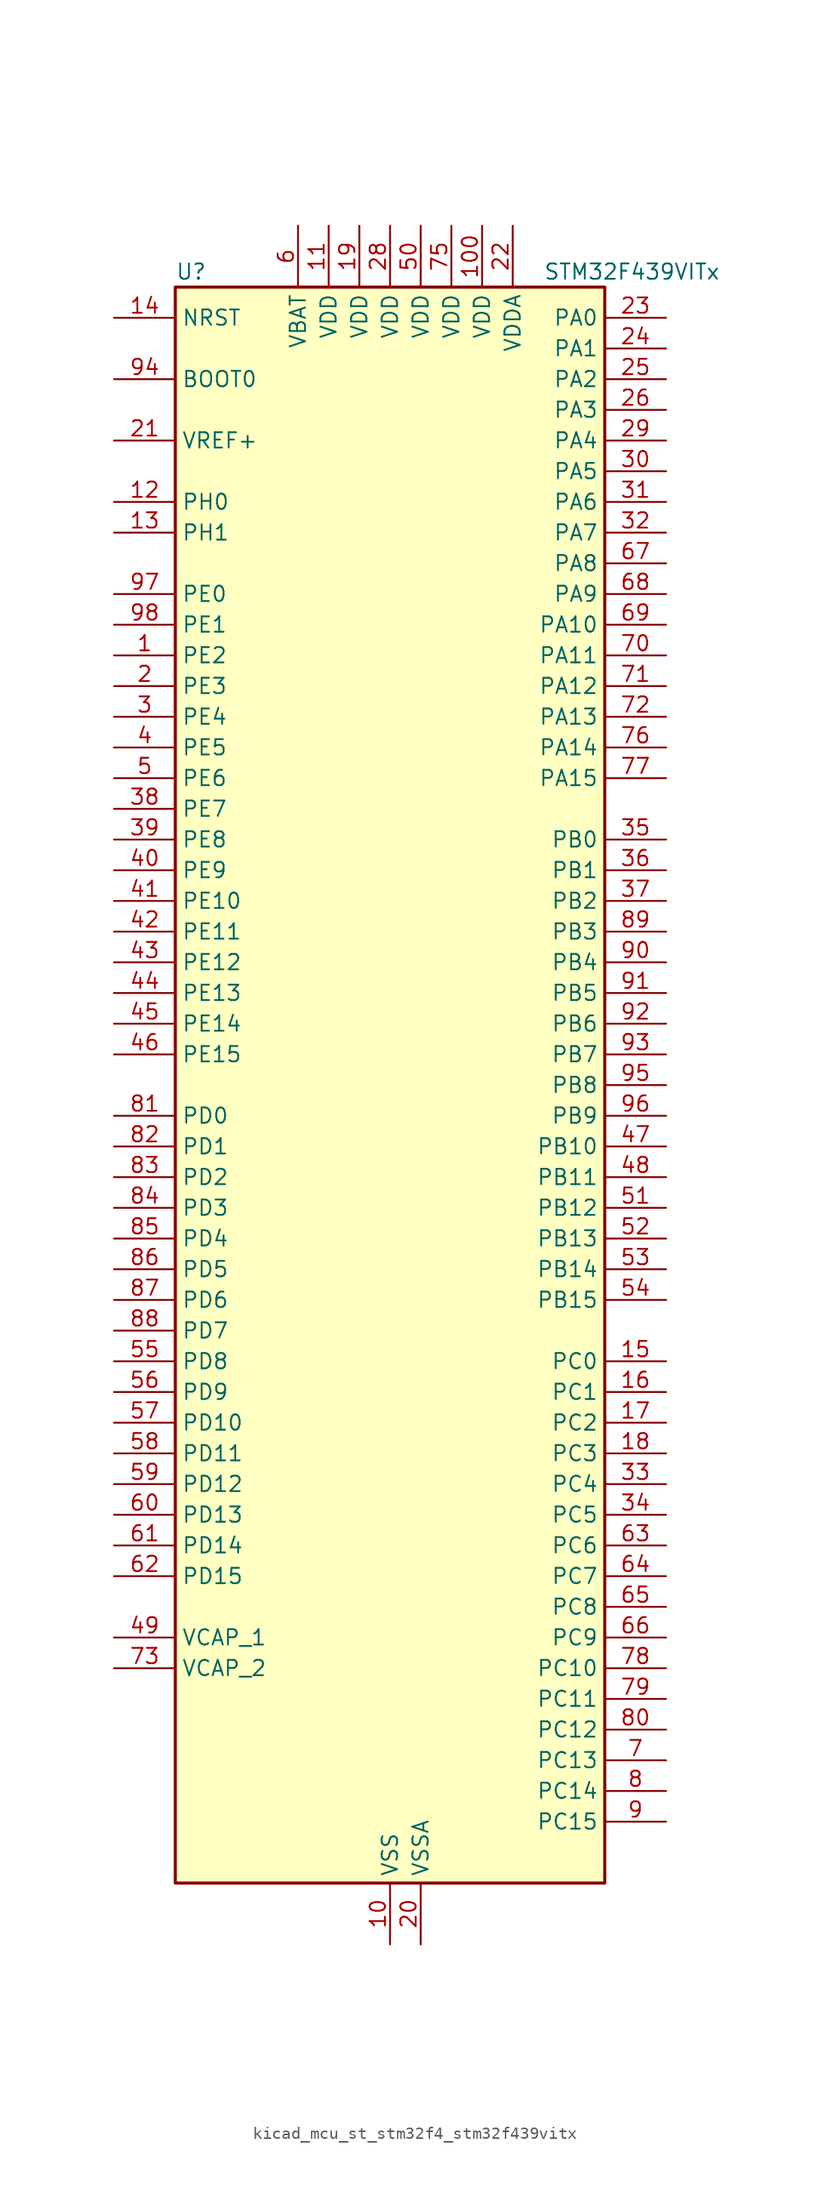
<source format=kicad_sym>
(kicad_symbol_lib
  (version 20220914)
  (generator kicad_symbol_editor)
  (symbol "kicad_mcu_st_stm32f4_stm32f439vitx"
    (property "Reference" "U"
      (at -17.78 67.31 0)
      (effects (font (size 1.27 1.27)) (justify left)))
    (property "Value" "STM32F439VITx"
      (at 12.7 67.31 0)
      (effects (font (size 1.27 1.27)) (justify left)))
    (property "ki_locked" ""
      (at 0 0 0)
      (effects (font (size 1.27 1.27))))
    (symbol "kicad_mcu_st_stm32f4_stm32f439vitx_0_1"
      (rectangle (start -17.78 -66.04) (end 17.78 66.04) (stroke (width 0.254) (type default)) (fill (type background))))
    (symbol "kicad_mcu_st_stm32f4_stm32f439vitx_1_1"
      (pin bidirectional line (at -22.86 35.56 0) (length 5.08) (name "PE2" (effects (font (size 1.27 1.27)))) (number "1" (effects (font (size 1.27 1.27)))) (alternate "ETH_TXD3" bidirectional line) (alternate "FMC_A23" bidirectional line) (alternate "SAI1_MCLK_A" bidirectional line) (alternate "SPI4_SCK" bidirectional line) (alternate "SYS_TRACECLK" bidirectional line))
      (pin power_in line (at 0 -71.12 90) (length 5.08) (name "VSS" (effects (font (size 1.27 1.27)))) (number "10" (effects (font (size 1.27 1.27)))))
      (pin power_in line (at 7.62 71.12 270) (length 5.08) (name "VDD" (effects (font (size 1.27 1.27)))) (number "100" (effects (font (size 1.27 1.27)))))
      (pin power_in line (at -5.08 71.12 270) (length 5.08) (name "VDD" (effects (font (size 1.27 1.27)))) (number "11" (effects (font (size 1.27 1.27)))))
      (pin bidirectional line (at -22.86 48.26 0) (length 5.08) (name "PH0" (effects (font (size 1.27 1.27)))) (number "12" (effects (font (size 1.27 1.27)))) (alternate "RCC_OSC_IN" bidirectional line))
      (pin bidirectional line (at -22.86 45.72 0) (length 5.08) (name "PH1" (effects (font (size 1.27 1.27)))) (number "13" (effects (font (size 1.27 1.27)))) (alternate "RCC_OSC_OUT" bidirectional line))
      (pin input line (at -22.86 63.5 0) (length 5.08) (name "NRST" (effects (font (size 1.27 1.27)))) (number "14" (effects (font (size 1.27 1.27)))))
      (pin bidirectional line (at 22.86 -22.86 180) (length 5.08) (name "PC0" (effects (font (size 1.27 1.27)))) (number "15" (effects (font (size 1.27 1.27)))) (alternate "ADC1_IN10" bidirectional line) (alternate "ADC2_IN10" bidirectional line) (alternate "ADC3_IN10" bidirectional line) (alternate "USB_OTG_HS_ULPI_STP" bidirectional line))
      (pin bidirectional line (at 22.86 -25.4 180) (length 5.08) (name "PC1" (effects (font (size 1.27 1.27)))) (number "16" (effects (font (size 1.27 1.27)))) (alternate "ADC1_IN11" bidirectional line) (alternate "ADC2_IN11" bidirectional line) (alternate "ADC3_IN11" bidirectional line) (alternate "ETH_MDC" bidirectional line))
      (pin bidirectional line (at 22.86 -27.94 180) (length 5.08) (name "PC2" (effects (font (size 1.27 1.27)))) (number "17" (effects (font (size 1.27 1.27)))) (alternate "ADC1_IN12" bidirectional line) (alternate "ADC2_IN12" bidirectional line) (alternate "ADC3_IN12" bidirectional line) (alternate "ETH_TXD2" bidirectional line) (alternate "I2S2_ext_SD" bidirectional line) (alternate "SPI2_MISO" bidirectional line) (alternate "USB_OTG_HS_ULPI_DIR" bidirectional line))
      (pin bidirectional line (at 22.86 -30.48 180) (length 5.08) (name "PC3" (effects (font (size 1.27 1.27)))) (number "18" (effects (font (size 1.27 1.27)))) (alternate "ADC1_IN13" bidirectional line) (alternate "ADC2_IN13" bidirectional line) (alternate "ADC3_IN13" bidirectional line) (alternate "ETH_TX_CLK" bidirectional line) (alternate "I2S2_SD" bidirectional line) (alternate "SPI2_MOSI" bidirectional line) (alternate "USB_OTG_HS_ULPI_NXT" bidirectional line))
      (pin power_in line (at -2.54 71.12 270) (length 5.08) (name "VDD" (effects (font (size 1.27 1.27)))) (number "19" (effects (font (size 1.27 1.27)))))
      (pin bidirectional line (at -22.86 33.02 0) (length 5.08) (name "PE3" (effects (font (size 1.27 1.27)))) (number "2" (effects (font (size 1.27 1.27)))) (alternate "FMC_A19" bidirectional line) (alternate "SAI1_SD_B" bidirectional line) (alternate "SYS_TRACED0" bidirectional line))
      (pin power_in line (at 2.54 -71.12 90) (length 5.08) (name "VSSA" (effects (font (size 1.27 1.27)))) (number "20" (effects (font (size 1.27 1.27)))))
      (pin input line (at -22.86 53.34 0) (length 5.08) (name "VREF+" (effects (font (size 1.27 1.27)))) (number "21" (effects (font (size 1.27 1.27)))))
      (pin power_in line (at 10.16 71.12 270) (length 5.08) (name "VDDA" (effects (font (size 1.27 1.27)))) (number "22" (effects (font (size 1.27 1.27)))))
      (pin bidirectional line (at 22.86 63.5 180) (length 5.08) (name "PA0" (effects (font (size 1.27 1.27)))) (number "23" (effects (font (size 1.27 1.27)))) (alternate "ADC1_IN0" bidirectional line) (alternate "ADC2_IN0" bidirectional line) (alternate "ADC3_IN0" bidirectional line) (alternate "ETH_CRS" bidirectional line) (alternate "SYS_WKUP" bidirectional line) (alternate "TIM2_CH1" bidirectional line) (alternate "TIM2_ETR" bidirectional line) (alternate "TIM5_CH1" bidirectional line) (alternate "TIM8_ETR" bidirectional line) (alternate "UART4_TX" bidirectional line) (alternate "USART2_CTS" bidirectional line))
      (pin bidirectional line (at 22.86 60.96 180) (length 5.08) (name "PA1" (effects (font (size 1.27 1.27)))) (number "24" (effects (font (size 1.27 1.27)))) (alternate "ADC1_IN1" bidirectional line) (alternate "ADC2_IN1" bidirectional line) (alternate "ADC3_IN1" bidirectional line) (alternate "ETH_REF_CLK" bidirectional line) (alternate "ETH_RX_CLK" bidirectional line) (alternate "TIM2_CH2" bidirectional line) (alternate "TIM5_CH2" bidirectional line) (alternate "UART4_RX" bidirectional line) (alternate "USART2_RTS" bidirectional line))
      (pin bidirectional line (at 22.86 58.42 180) (length 5.08) (name "PA2" (effects (font (size 1.27 1.27)))) (number "25" (effects (font (size 1.27 1.27)))) (alternate "ADC1_IN2" bidirectional line) (alternate "ADC2_IN2" bidirectional line) (alternate "ADC3_IN2" bidirectional line) (alternate "ETH_MDIO" bidirectional line) (alternate "TIM2_CH3" bidirectional line) (alternate "TIM5_CH3" bidirectional line) (alternate "TIM9_CH1" bidirectional line) (alternate "USART2_TX" bidirectional line))
      (pin bidirectional line (at 22.86 55.88 180) (length 5.08) (name "PA3" (effects (font (size 1.27 1.27)))) (number "26" (effects (font (size 1.27 1.27)))) (alternate "ADC1_IN3" bidirectional line) (alternate "ADC2_IN3" bidirectional line) (alternate "ADC3_IN3" bidirectional line) (alternate "ETH_COL" bidirectional line) (alternate "LTDC_B5" bidirectional line) (alternate "TIM2_CH4" bidirectional line) (alternate "TIM5_CH4" bidirectional line) (alternate "TIM9_CH2" bidirectional line) (alternate "USART2_RX" bidirectional line) (alternate "USB_OTG_HS_ULPI_D0" bidirectional line))
      (pin passive line (at 0 -71.12 90) (length 5.08) hide (name "VSS" (effects (font (size 1.27 1.27)))) (number "27" (effects (font (size 1.27 1.27)))))
      (pin power_in line (at 0 71.12 270) (length 5.08) (name "VDD" (effects (font (size 1.27 1.27)))) (number "28" (effects (font (size 1.27 1.27)))))
      (pin bidirectional line (at 22.86 53.34 180) (length 5.08) (name "PA4" (effects (font (size 1.27 1.27)))) (number "29" (effects (font (size 1.27 1.27)))) (alternate "ADC1_IN4" bidirectional line) (alternate "ADC2_IN4" bidirectional line) (alternate "DAC_OUT1" bidirectional line) (alternate "DCMI_HSYNC" bidirectional line) (alternate "I2S3_WS" bidirectional line) (alternate "LTDC_VSYNC" bidirectional line) (alternate "SPI1_NSS" bidirectional line) (alternate "SPI3_NSS" bidirectional line) (alternate "USART2_CK" bidirectional line) (alternate "USB_OTG_HS_SOF" bidirectional line))
      (pin bidirectional line (at -22.86 30.48 0) (length 5.08) (name "PE4" (effects (font (size 1.27 1.27)))) (number "3" (effects (font (size 1.27 1.27)))) (alternate "DCMI_D4" bidirectional line) (alternate "FMC_A20" bidirectional line) (alternate "LTDC_B0" bidirectional line) (alternate "SAI1_FS_A" bidirectional line) (alternate "SPI4_NSS" bidirectional line) (alternate "SYS_TRACED1" bidirectional line))
      (pin bidirectional line (at 22.86 50.8 180) (length 5.08) (name "PA5" (effects (font (size 1.27 1.27)))) (number "30" (effects (font (size 1.27 1.27)))) (alternate "ADC1_IN5" bidirectional line) (alternate "ADC2_IN5" bidirectional line) (alternate "DAC_OUT2" bidirectional line) (alternate "SPI1_SCK" bidirectional line) (alternate "TIM2_CH1" bidirectional line) (alternate "TIM2_ETR" bidirectional line) (alternate "TIM8_CH1N" bidirectional line) (alternate "USB_OTG_HS_ULPI_CK" bidirectional line))
      (pin bidirectional line (at 22.86 48.26 180) (length 5.08) (name "PA6" (effects (font (size 1.27 1.27)))) (number "31" (effects (font (size 1.27 1.27)))) (alternate "ADC1_IN6" bidirectional line) (alternate "ADC2_IN6" bidirectional line) (alternate "DCMI_PIXCLK" bidirectional line) (alternate "LTDC_G2" bidirectional line) (alternate "SPI1_MISO" bidirectional line) (alternate "TIM13_CH1" bidirectional line) (alternate "TIM1_BKIN" bidirectional line) (alternate "TIM3_CH1" bidirectional line) (alternate "TIM8_BKIN" bidirectional line))
      (pin bidirectional line (at 22.86 45.72 180) (length 5.08) (name "PA7" (effects (font (size 1.27 1.27)))) (number "32" (effects (font (size 1.27 1.27)))) (alternate "ADC1_IN7" bidirectional line) (alternate "ADC2_IN7" bidirectional line) (alternate "ETH_CRS_DV" bidirectional line) (alternate "ETH_RX_DV" bidirectional line) (alternate "SPI1_MOSI" bidirectional line) (alternate "TIM14_CH1" bidirectional line) (alternate "TIM1_CH1N" bidirectional line) (alternate "TIM3_CH2" bidirectional line) (alternate "TIM8_CH1N" bidirectional line))
      (pin bidirectional line (at 22.86 -33.02 180) (length 5.08) (name "PC4" (effects (font (size 1.27 1.27)))) (number "33" (effects (font (size 1.27 1.27)))) (alternate "ADC1_IN14" bidirectional line) (alternate "ADC2_IN14" bidirectional line) (alternate "ETH_RXD0" bidirectional line))
      (pin bidirectional line (at 22.86 -35.56 180) (length 5.08) (name "PC5" (effects (font (size 1.27 1.27)))) (number "34" (effects (font (size 1.27 1.27)))) (alternate "ADC1_IN15" bidirectional line) (alternate "ADC2_IN15" bidirectional line) (alternate "ETH_RXD1" bidirectional line))
      (pin bidirectional line (at 22.86 20.32 180) (length 5.08) (name "PB0" (effects (font (size 1.27 1.27)))) (number "35" (effects (font (size 1.27 1.27)))) (alternate "ADC1_IN8" bidirectional line) (alternate "ADC2_IN8" bidirectional line) (alternate "ETH_RXD2" bidirectional line) (alternate "LTDC_R3" bidirectional line) (alternate "TIM1_CH2N" bidirectional line) (alternate "TIM3_CH3" bidirectional line) (alternate "TIM8_CH2N" bidirectional line) (alternate "USB_OTG_HS_ULPI_D1" bidirectional line))
      (pin bidirectional line (at 22.86 17.78 180) (length 5.08) (name "PB1" (effects (font (size 1.27 1.27)))) (number "36" (effects (font (size 1.27 1.27)))) (alternate "ADC1_IN9" bidirectional line) (alternate "ADC2_IN9" bidirectional line) (alternate "ETH_RXD3" bidirectional line) (alternate "LTDC_R6" bidirectional line) (alternate "TIM1_CH3N" bidirectional line) (alternate "TIM3_CH4" bidirectional line) (alternate "TIM8_CH3N" bidirectional line) (alternate "USB_OTG_HS_ULPI_D2" bidirectional line))
      (pin bidirectional line (at 22.86 15.24 180) (length 5.08) (name "PB2" (effects (font (size 1.27 1.27)))) (number "37" (effects (font (size 1.27 1.27)))))
      (pin bidirectional line (at -22.86 22.86 0) (length 5.08) (name "PE7" (effects (font (size 1.27 1.27)))) (number "38" (effects (font (size 1.27 1.27)))) (alternate "FMC_D4" bidirectional line) (alternate "FMC_DA4" bidirectional line) (alternate "TIM1_ETR" bidirectional line) (alternate "UART7_RX" bidirectional line))
      (pin bidirectional line (at -22.86 20.32 0) (length 5.08) (name "PE8" (effects (font (size 1.27 1.27)))) (number "39" (effects (font (size 1.27 1.27)))) (alternate "FMC_D5" bidirectional line) (alternate "FMC_DA5" bidirectional line) (alternate "TIM1_CH1N" bidirectional line) (alternate "UART7_TX" bidirectional line))
      (pin bidirectional line (at -22.86 27.94 0) (length 5.08) (name "PE5" (effects (font (size 1.27 1.27)))) (number "4" (effects (font (size 1.27 1.27)))) (alternate "DCMI_D6" bidirectional line) (alternate "FMC_A21" bidirectional line) (alternate "LTDC_G0" bidirectional line) (alternate "SAI1_SCK_A" bidirectional line) (alternate "SPI4_MISO" bidirectional line) (alternate "SYS_TRACED2" bidirectional line) (alternate "TIM9_CH1" bidirectional line))
      (pin bidirectional line (at -22.86 17.78 0) (length 5.08) (name "PE9" (effects (font (size 1.27 1.27)))) (number "40" (effects (font (size 1.27 1.27)))) (alternate "DAC_EXTI9" bidirectional line) (alternate "FMC_D6" bidirectional line) (alternate "FMC_DA6" bidirectional line) (alternate "TIM1_CH1" bidirectional line))
      (pin bidirectional line (at -22.86 15.24 0) (length 5.08) (name "PE10" (effects (font (size 1.27 1.27)))) (number "41" (effects (font (size 1.27 1.27)))) (alternate "FMC_D7" bidirectional line) (alternate "FMC_DA7" bidirectional line) (alternate "TIM1_CH2N" bidirectional line))
      (pin bidirectional line (at -22.86 12.7 0) (length 5.08) (name "PE11" (effects (font (size 1.27 1.27)))) (number "42" (effects (font (size 1.27 1.27)))) (alternate "ADC1_EXTI11" bidirectional line) (alternate "ADC2_EXTI11" bidirectional line) (alternate "ADC3_EXTI11" bidirectional line) (alternate "FMC_D8" bidirectional line) (alternate "FMC_DA8" bidirectional line) (alternate "LTDC_G3" bidirectional line) (alternate "SPI4_NSS" bidirectional line) (alternate "TIM1_CH2" bidirectional line))
      (pin bidirectional line (at -22.86 10.16 0) (length 5.08) (name "PE12" (effects (font (size 1.27 1.27)))) (number "43" (effects (font (size 1.27 1.27)))) (alternate "FMC_D9" bidirectional line) (alternate "FMC_DA9" bidirectional line) (alternate "LTDC_B4" bidirectional line) (alternate "SPI4_SCK" bidirectional line) (alternate "TIM1_CH3N" bidirectional line))
      (pin bidirectional line (at -22.86 7.62 0) (length 5.08) (name "PE13" (effects (font (size 1.27 1.27)))) (number "44" (effects (font (size 1.27 1.27)))) (alternate "FMC_D10" bidirectional line) (alternate "FMC_DA10" bidirectional line) (alternate "LTDC_DE" bidirectional line) (alternate "SPI4_MISO" bidirectional line) (alternate "TIM1_CH3" bidirectional line))
      (pin bidirectional line (at -22.86 5.08 0) (length 5.08) (name "PE14" (effects (font (size 1.27 1.27)))) (number "45" (effects (font (size 1.27 1.27)))) (alternate "FMC_D11" bidirectional line) (alternate "FMC_DA11" bidirectional line) (alternate "LTDC_CLK" bidirectional line) (alternate "SPI4_MOSI" bidirectional line) (alternate "TIM1_CH4" bidirectional line))
      (pin bidirectional line (at -22.86 2.54 0) (length 5.08) (name "PE15" (effects (font (size 1.27 1.27)))) (number "46" (effects (font (size 1.27 1.27)))) (alternate "ADC1_EXTI15" bidirectional line) (alternate "ADC2_EXTI15" bidirectional line) (alternate "ADC3_EXTI15" bidirectional line) (alternate "FMC_D12" bidirectional line) (alternate "FMC_DA12" bidirectional line) (alternate "LTDC_R7" bidirectional line) (alternate "TIM1_BKIN" bidirectional line))
      (pin bidirectional line (at 22.86 -5.08 180) (length 5.08) (name "PB10" (effects (font (size 1.27 1.27)))) (number "47" (effects (font (size 1.27 1.27)))) (alternate "ETH_RX_ER" bidirectional line) (alternate "I2C2_SCL" bidirectional line) (alternate "I2S2_CK" bidirectional line) (alternate "LTDC_G4" bidirectional line) (alternate "SPI2_SCK" bidirectional line) (alternate "TIM2_CH3" bidirectional line) (alternate "USART3_TX" bidirectional line) (alternate "USB_OTG_HS_ULPI_D3" bidirectional line))
      (pin bidirectional line (at 22.86 -7.62 180) (length 5.08) (name "PB11" (effects (font (size 1.27 1.27)))) (number "48" (effects (font (size 1.27 1.27)))) (alternate "ADC1_EXTI11" bidirectional line) (alternate "ADC2_EXTI11" bidirectional line) (alternate "ADC3_EXTI11" bidirectional line) (alternate "ETH_TX_EN" bidirectional line) (alternate "I2C2_SDA" bidirectional line) (alternate "LTDC_G5" bidirectional line) (alternate "TIM2_CH4" bidirectional line) (alternate "USART3_RX" bidirectional line) (alternate "USB_OTG_HS_ULPI_D4" bidirectional line))
      (pin power_out line (at -22.86 -45.72 0) (length 5.08) (name "VCAP_1" (effects (font (size 1.27 1.27)))) (number "49" (effects (font (size 1.27 1.27)))))
      (pin bidirectional line (at -22.86 25.4 0) (length 5.08) (name "PE6" (effects (font (size 1.27 1.27)))) (number "5" (effects (font (size 1.27 1.27)))) (alternate "DCMI_D7" bidirectional line) (alternate "FMC_A22" bidirectional line) (alternate "LTDC_G1" bidirectional line) (alternate "SAI1_SD_A" bidirectional line) (alternate "SPI4_MOSI" bidirectional line) (alternate "SYS_TRACED3" bidirectional line) (alternate "TIM9_CH2" bidirectional line))
      (pin power_in line (at 2.54 71.12 270) (length 5.08) (name "VDD" (effects (font (size 1.27 1.27)))) (number "50" (effects (font (size 1.27 1.27)))))
      (pin bidirectional line (at 22.86 -10.16 180) (length 5.08) (name "PB12" (effects (font (size 1.27 1.27)))) (number "51" (effects (font (size 1.27 1.27)))) (alternate "CAN2_RX" bidirectional line) (alternate "ETH_TXD0" bidirectional line) (alternate "I2C2_SMBA" bidirectional line) (alternate "I2S2_WS" bidirectional line) (alternate "SPI2_NSS" bidirectional line) (alternate "TIM1_BKIN" bidirectional line) (alternate "USART3_CK" bidirectional line) (alternate "USB_OTG_HS_ID" bidirectional line) (alternate "USB_OTG_HS_ULPI_D5" bidirectional line))
      (pin bidirectional line (at 22.86 -12.7 180) (length 5.08) (name "PB13" (effects (font (size 1.27 1.27)))) (number "52" (effects (font (size 1.27 1.27)))) (alternate "CAN2_TX" bidirectional line) (alternate "ETH_TXD1" bidirectional line) (alternate "I2S2_CK" bidirectional line) (alternate "SPI2_SCK" bidirectional line) (alternate "TIM1_CH1N" bidirectional line) (alternate "USART3_CTS" bidirectional line) (alternate "USB_OTG_HS_ULPI_D6" bidirectional line) (alternate "USB_OTG_HS_VBUS" bidirectional line))
      (pin bidirectional line (at 22.86 -15.24 180) (length 5.08) (name "PB14" (effects (font (size 1.27 1.27)))) (number "53" (effects (font (size 1.27 1.27)))) (alternate "I2S2_ext_SD" bidirectional line) (alternate "SPI2_MISO" bidirectional line) (alternate "TIM12_CH1" bidirectional line) (alternate "TIM1_CH2N" bidirectional line) (alternate "TIM8_CH2N" bidirectional line) (alternate "USART3_RTS" bidirectional line) (alternate "USB_OTG_HS_DM" bidirectional line))
      (pin bidirectional line (at 22.86 -17.78 180) (length 5.08) (name "PB15" (effects (font (size 1.27 1.27)))) (number "54" (effects (font (size 1.27 1.27)))) (alternate "ADC1_EXTI15" bidirectional line) (alternate "ADC2_EXTI15" bidirectional line) (alternate "ADC3_EXTI15" bidirectional line) (alternate "I2S2_SD" bidirectional line) (alternate "RTC_REFIN" bidirectional line) (alternate "SPI2_MOSI" bidirectional line) (alternate "TIM12_CH2" bidirectional line) (alternate "TIM1_CH3N" bidirectional line) (alternate "TIM8_CH3N" bidirectional line) (alternate "USB_OTG_HS_DP" bidirectional line))
      (pin bidirectional line (at -22.86 -22.86 0) (length 5.08) (name "PD8" (effects (font (size 1.27 1.27)))) (number "55" (effects (font (size 1.27 1.27)))) (alternate "FMC_D13" bidirectional line) (alternate "FMC_DA13" bidirectional line) (alternate "USART3_TX" bidirectional line))
      (pin bidirectional line (at -22.86 -25.4 0) (length 5.08) (name "PD9" (effects (font (size 1.27 1.27)))) (number "56" (effects (font (size 1.27 1.27)))) (alternate "DAC_EXTI9" bidirectional line) (alternate "FMC_D14" bidirectional line) (alternate "FMC_DA14" bidirectional line) (alternate "USART3_RX" bidirectional line))
      (pin bidirectional line (at -22.86 -27.94 0) (length 5.08) (name "PD10" (effects (font (size 1.27 1.27)))) (number "57" (effects (font (size 1.27 1.27)))) (alternate "FMC_D15" bidirectional line) (alternate "FMC_DA15" bidirectional line) (alternate "LTDC_B3" bidirectional line) (alternate "USART3_CK" bidirectional line))
      (pin bidirectional line (at -22.86 -30.48 0) (length 5.08) (name "PD11" (effects (font (size 1.27 1.27)))) (number "58" (effects (font (size 1.27 1.27)))) (alternate "ADC1_EXTI11" bidirectional line) (alternate "ADC2_EXTI11" bidirectional line) (alternate "ADC3_EXTI11" bidirectional line) (alternate "FMC_A16" bidirectional line) (alternate "FMC_CLE" bidirectional line) (alternate "USART3_CTS" bidirectional line))
      (pin bidirectional line (at -22.86 -33.02 0) (length 5.08) (name "PD12" (effects (font (size 1.27 1.27)))) (number "59" (effects (font (size 1.27 1.27)))) (alternate "FMC_A17" bidirectional line) (alternate "FMC_ALE" bidirectional line) (alternate "TIM4_CH1" bidirectional line) (alternate "USART3_RTS" bidirectional line))
      (pin power_in line (at -7.62 71.12 270) (length 5.08) (name "VBAT" (effects (font (size 1.27 1.27)))) (number "6" (effects (font (size 1.27 1.27)))))
      (pin bidirectional line (at -22.86 -35.56 0) (length 5.08) (name "PD13" (effects (font (size 1.27 1.27)))) (number "60" (effects (font (size 1.27 1.27)))) (alternate "FMC_A18" bidirectional line) (alternate "TIM4_CH2" bidirectional line))
      (pin bidirectional line (at -22.86 -38.1 0) (length 5.08) (name "PD14" (effects (font (size 1.27 1.27)))) (number "61" (effects (font (size 1.27 1.27)))) (alternate "FMC_D0" bidirectional line) (alternate "FMC_DA0" bidirectional line) (alternate "TIM4_CH3" bidirectional line))
      (pin bidirectional line (at -22.86 -40.64 0) (length 5.08) (name "PD15" (effects (font (size 1.27 1.27)))) (number "62" (effects (font (size 1.27 1.27)))) (alternate "ADC1_EXTI15" bidirectional line) (alternate "ADC2_EXTI15" bidirectional line) (alternate "ADC3_EXTI15" bidirectional line) (alternate "FMC_D1" bidirectional line) (alternate "FMC_DA1" bidirectional line) (alternate "TIM4_CH4" bidirectional line))
      (pin bidirectional line (at 22.86 -38.1 180) (length 5.08) (name "PC6" (effects (font (size 1.27 1.27)))) (number "63" (effects (font (size 1.27 1.27)))) (alternate "DCMI_D0" bidirectional line) (alternate "I2S2_MCK" bidirectional line) (alternate "LTDC_HSYNC" bidirectional line) (alternate "SDIO_D6" bidirectional line) (alternate "TIM3_CH1" bidirectional line) (alternate "TIM8_CH1" bidirectional line) (alternate "USART6_TX" bidirectional line))
      (pin bidirectional line (at 22.86 -40.64 180) (length 5.08) (name "PC7" (effects (font (size 1.27 1.27)))) (number "64" (effects (font (size 1.27 1.27)))) (alternate "DCMI_D1" bidirectional line) (alternate "I2S3_MCK" bidirectional line) (alternate "LTDC_G6" bidirectional line) (alternate "SDIO_D7" bidirectional line) (alternate "TIM3_CH2" bidirectional line) (alternate "TIM8_CH2" bidirectional line) (alternate "USART6_RX" bidirectional line))
      (pin bidirectional line (at 22.86 -43.18 180) (length 5.08) (name "PC8" (effects (font (size 1.27 1.27)))) (number "65" (effects (font (size 1.27 1.27)))) (alternate "DCMI_D2" bidirectional line) (alternate "SDIO_D0" bidirectional line) (alternate "TIM3_CH3" bidirectional line) (alternate "TIM8_CH3" bidirectional line) (alternate "USART6_CK" bidirectional line))
      (pin bidirectional line (at 22.86 -45.72 180) (length 5.08) (name "PC9" (effects (font (size 1.27 1.27)))) (number "66" (effects (font (size 1.27 1.27)))) (alternate "DAC_EXTI9" bidirectional line) (alternate "DCMI_D3" bidirectional line) (alternate "I2C3_SDA" bidirectional line) (alternate "I2S_CKIN" bidirectional line) (alternate "RCC_MCO_2" bidirectional line) (alternate "SDIO_D1" bidirectional line) (alternate "TIM3_CH4" bidirectional line) (alternate "TIM8_CH4" bidirectional line))
      (pin bidirectional line (at 22.86 43.18 180) (length 5.08) (name "PA8" (effects (font (size 1.27 1.27)))) (number "67" (effects (font (size 1.27 1.27)))) (alternate "I2C3_SCL" bidirectional line) (alternate "LTDC_R6" bidirectional line) (alternate "RCC_MCO_1" bidirectional line) (alternate "TIM1_CH1" bidirectional line) (alternate "USART1_CK" bidirectional line) (alternate "USB_OTG_FS_SOF" bidirectional line))
      (pin bidirectional line (at 22.86 40.64 180) (length 5.08) (name "PA9" (effects (font (size 1.27 1.27)))) (number "68" (effects (font (size 1.27 1.27)))) (alternate "DAC_EXTI9" bidirectional line) (alternate "DCMI_D0" bidirectional line) (alternate "I2C3_SMBA" bidirectional line) (alternate "TIM1_CH2" bidirectional line) (alternate "USART1_TX" bidirectional line) (alternate "USB_OTG_FS_VBUS" bidirectional line))
      (pin bidirectional line (at 22.86 38.1 180) (length 5.08) (name "PA10" (effects (font (size 1.27 1.27)))) (number "69" (effects (font (size 1.27 1.27)))) (alternate "DCMI_D1" bidirectional line) (alternate "TIM1_CH3" bidirectional line) (alternate "USART1_RX" bidirectional line) (alternate "USB_OTG_FS_ID" bidirectional line))
      (pin bidirectional line (at 22.86 -55.88 180) (length 5.08) (name "PC13" (effects (font (size 1.27 1.27)))) (number "7" (effects (font (size 1.27 1.27)))) (alternate "RTC_AF1" bidirectional line))
      (pin bidirectional line (at 22.86 35.56 180) (length 5.08) (name "PA11" (effects (font (size 1.27 1.27)))) (number "70" (effects (font (size 1.27 1.27)))) (alternate "ADC1_EXTI11" bidirectional line) (alternate "ADC2_EXTI11" bidirectional line) (alternate "ADC3_EXTI11" bidirectional line) (alternate "CAN1_RX" bidirectional line) (alternate "LTDC_R4" bidirectional line) (alternate "TIM1_CH4" bidirectional line) (alternate "USART1_CTS" bidirectional line) (alternate "USB_OTG_FS_DM" bidirectional line))
      (pin bidirectional line (at 22.86 33.02 180) (length 5.08) (name "PA12" (effects (font (size 1.27 1.27)))) (number "71" (effects (font (size 1.27 1.27)))) (alternate "CAN1_TX" bidirectional line) (alternate "LTDC_R5" bidirectional line) (alternate "TIM1_ETR" bidirectional line) (alternate "USART1_RTS" bidirectional line) (alternate "USB_OTG_FS_DP" bidirectional line))
      (pin bidirectional line (at 22.86 30.48 180) (length 5.08) (name "PA13" (effects (font (size 1.27 1.27)))) (number "72" (effects (font (size 1.27 1.27)))) (alternate "SYS_JTMS-SWDIO" bidirectional line))
      (pin power_out line (at -22.86 -48.26 0) (length 5.08) (name "VCAP_2" (effects (font (size 1.27 1.27)))) (number "73" (effects (font (size 1.27 1.27)))))
      (pin passive line (at 0 -71.12 90) (length 5.08) hide (name "VSS" (effects (font (size 1.27 1.27)))) (number "74" (effects (font (size 1.27 1.27)))))
      (pin power_in line (at 5.08 71.12 270) (length 5.08) (name "VDD" (effects (font (size 1.27 1.27)))) (number "75" (effects (font (size 1.27 1.27)))))
      (pin bidirectional line (at 22.86 27.94 180) (length 5.08) (name "PA14" (effects (font (size 1.27 1.27)))) (number "76" (effects (font (size 1.27 1.27)))) (alternate "SYS_JTCK-SWCLK" bidirectional line))
      (pin bidirectional line (at 22.86 25.4 180) (length 5.08) (name "PA15" (effects (font (size 1.27 1.27)))) (number "77" (effects (font (size 1.27 1.27)))) (alternate "ADC1_EXTI15" bidirectional line) (alternate "ADC2_EXTI15" bidirectional line) (alternate "ADC3_EXTI15" bidirectional line) (alternate "I2S3_WS" bidirectional line) (alternate "SPI1_NSS" bidirectional line) (alternate "SPI3_NSS" bidirectional line) (alternate "SYS_JTDI" bidirectional line) (alternate "TIM2_CH1" bidirectional line) (alternate "TIM2_ETR" bidirectional line))
      (pin bidirectional line (at 22.86 -48.26 180) (length 5.08) (name "PC10" (effects (font (size 1.27 1.27)))) (number "78" (effects (font (size 1.27 1.27)))) (alternate "DCMI_D8" bidirectional line) (alternate "I2S3_CK" bidirectional line) (alternate "LTDC_R2" bidirectional line) (alternate "SDIO_D2" bidirectional line) (alternate "SPI3_SCK" bidirectional line) (alternate "UART4_TX" bidirectional line) (alternate "USART3_TX" bidirectional line))
      (pin bidirectional line (at 22.86 -50.8 180) (length 5.08) (name "PC11" (effects (font (size 1.27 1.27)))) (number "79" (effects (font (size 1.27 1.27)))) (alternate "ADC1_EXTI11" bidirectional line) (alternate "ADC2_EXTI11" bidirectional line) (alternate "ADC3_EXTI11" bidirectional line) (alternate "DCMI_D4" bidirectional line) (alternate "I2S3_ext_SD" bidirectional line) (alternate "SDIO_D3" bidirectional line) (alternate "SPI3_MISO" bidirectional line) (alternate "UART4_RX" bidirectional line) (alternate "USART3_RX" bidirectional line))
      (pin bidirectional line (at 22.86 -58.42 180) (length 5.08) (name "PC14" (effects (font (size 1.27 1.27)))) (number "8" (effects (font (size 1.27 1.27)))) (alternate "RCC_OSC32_IN" bidirectional line))
      (pin bidirectional line (at 22.86 -53.34 180) (length 5.08) (name "PC12" (effects (font (size 1.27 1.27)))) (number "80" (effects (font (size 1.27 1.27)))) (alternate "DCMI_D9" bidirectional line) (alternate "I2S3_SD" bidirectional line) (alternate "SDIO_CK" bidirectional line) (alternate "SPI3_MOSI" bidirectional line) (alternate "UART5_TX" bidirectional line) (alternate "USART3_CK" bidirectional line))
      (pin bidirectional line (at -22.86 -2.54 0) (length 5.08) (name "PD0" (effects (font (size 1.27 1.27)))) (number "81" (effects (font (size 1.27 1.27)))) (alternate "CAN1_RX" bidirectional line) (alternate "FMC_D2" bidirectional line) (alternate "FMC_DA2" bidirectional line))
      (pin bidirectional line (at -22.86 -5.08 0) (length 5.08) (name "PD1" (effects (font (size 1.27 1.27)))) (number "82" (effects (font (size 1.27 1.27)))) (alternate "CAN1_TX" bidirectional line) (alternate "FMC_D3" bidirectional line) (alternate "FMC_DA3" bidirectional line))
      (pin bidirectional line (at -22.86 -7.62 0) (length 5.08) (name "PD2" (effects (font (size 1.27 1.27)))) (number "83" (effects (font (size 1.27 1.27)))) (alternate "DCMI_D11" bidirectional line) (alternate "SDIO_CMD" bidirectional line) (alternate "TIM3_ETR" bidirectional line) (alternate "UART5_RX" bidirectional line))
      (pin bidirectional line (at -22.86 -10.16 0) (length 5.08) (name "PD3" (effects (font (size 1.27 1.27)))) (number "84" (effects (font (size 1.27 1.27)))) (alternate "DCMI_D5" bidirectional line) (alternate "FMC_CLK" bidirectional line) (alternate "I2S2_CK" bidirectional line) (alternate "LTDC_G7" bidirectional line) (alternate "SPI2_SCK" bidirectional line) (alternate "USART2_CTS" bidirectional line))
      (pin bidirectional line (at -22.86 -12.7 0) (length 5.08) (name "PD4" (effects (font (size 1.27 1.27)))) (number "85" (effects (font (size 1.27 1.27)))) (alternate "FMC_NOE" bidirectional line) (alternate "USART2_RTS" bidirectional line))
      (pin bidirectional line (at -22.86 -15.24 0) (length 5.08) (name "PD5" (effects (font (size 1.27 1.27)))) (number "86" (effects (font (size 1.27 1.27)))) (alternate "FMC_NWE" bidirectional line) (alternate "USART2_TX" bidirectional line))
      (pin bidirectional line (at -22.86 -17.78 0) (length 5.08) (name "PD6" (effects (font (size 1.27 1.27)))) (number "87" (effects (font (size 1.27 1.27)))) (alternate "DCMI_D10" bidirectional line) (alternate "FMC_NWAIT" bidirectional line) (alternate "I2S3_SD" bidirectional line) (alternate "LTDC_B2" bidirectional line) (alternate "SAI1_SD_A" bidirectional line) (alternate "SPI3_MOSI" bidirectional line) (alternate "USART2_RX" bidirectional line))
      (pin bidirectional line (at -22.86 -20.32 0) (length 5.08) (name "PD7" (effects (font (size 1.27 1.27)))) (number "88" (effects (font (size 1.27 1.27)))) (alternate "FMC_NCE2" bidirectional line) (alternate "FMC_NE1" bidirectional line) (alternate "USART2_CK" bidirectional line))
      (pin bidirectional line (at 22.86 12.7 180) (length 5.08) (name "PB3" (effects (font (size 1.27 1.27)))) (number "89" (effects (font (size 1.27 1.27)))) (alternate "I2S3_CK" bidirectional line) (alternate "SPI1_SCK" bidirectional line) (alternate "SPI3_SCK" bidirectional line) (alternate "SYS_JTDO-SWO" bidirectional line) (alternate "TIM2_CH2" bidirectional line))
      (pin bidirectional line (at 22.86 -60.96 180) (length 5.08) (name "PC15" (effects (font (size 1.27 1.27)))) (number "9" (effects (font (size 1.27 1.27)))) (alternate "ADC1_EXTI15" bidirectional line) (alternate "ADC2_EXTI15" bidirectional line) (alternate "ADC3_EXTI15" bidirectional line) (alternate "RCC_OSC32_OUT" bidirectional line))
      (pin bidirectional line (at 22.86 10.16 180) (length 5.08) (name "PB4" (effects (font (size 1.27 1.27)))) (number "90" (effects (font (size 1.27 1.27)))) (alternate "I2S3_ext_SD" bidirectional line) (alternate "SPI1_MISO" bidirectional line) (alternate "SPI3_MISO" bidirectional line) (alternate "SYS_JTRST" bidirectional line) (alternate "TIM3_CH1" bidirectional line))
      (pin bidirectional line (at 22.86 7.62 180) (length 5.08) (name "PB5" (effects (font (size 1.27 1.27)))) (number "91" (effects (font (size 1.27 1.27)))) (alternate "CAN2_RX" bidirectional line) (alternate "DCMI_D10" bidirectional line) (alternate "ETH_PPS_OUT" bidirectional line) (alternate "I2C1_SMBA" bidirectional line) (alternate "I2S3_SD" bidirectional line) (alternate "SPI1_MOSI" bidirectional line) (alternate "SPI3_MOSI" bidirectional line) (alternate "TIM3_CH2" bidirectional line) (alternate "USB_OTG_HS_ULPI_D7" bidirectional line))
      (pin bidirectional line (at 22.86 5.08 180) (length 5.08) (name "PB6" (effects (font (size 1.27 1.27)))) (number "92" (effects (font (size 1.27 1.27)))) (alternate "CAN2_TX" bidirectional line) (alternate "DCMI_D5" bidirectional line) (alternate "I2C1_SCL" bidirectional line) (alternate "TIM4_CH1" bidirectional line) (alternate "USART1_TX" bidirectional line))
      (pin bidirectional line (at 22.86 2.54 180) (length 5.08) (name "PB7" (effects (font (size 1.27 1.27)))) (number "93" (effects (font (size 1.27 1.27)))) (alternate "DCMI_VSYNC" bidirectional line) (alternate "FMC_NL" bidirectional line) (alternate "I2C1_SDA" bidirectional line) (alternate "TIM4_CH2" bidirectional line) (alternate "USART1_RX" bidirectional line))
      (pin input line (at -22.86 58.42 0) (length 5.08) (name "BOOT0" (effects (font (size 1.27 1.27)))) (number "94" (effects (font (size 1.27 1.27)))))
      (pin bidirectional line (at 22.86 0 180) (length 5.08) (name "PB8" (effects (font (size 1.27 1.27)))) (number "95" (effects (font (size 1.27 1.27)))) (alternate "CAN1_RX" bidirectional line) (alternate "DCMI_D6" bidirectional line) (alternate "ETH_TXD3" bidirectional line) (alternate "I2C1_SCL" bidirectional line) (alternate "LTDC_B6" bidirectional line) (alternate "SDIO_D4" bidirectional line) (alternate "TIM10_CH1" bidirectional line) (alternate "TIM4_CH3" bidirectional line))
      (pin bidirectional line (at 22.86 -2.54 180) (length 5.08) (name "PB9" (effects (font (size 1.27 1.27)))) (number "96" (effects (font (size 1.27 1.27)))) (alternate "CAN1_TX" bidirectional line) (alternate "DAC_EXTI9" bidirectional line) (alternate "DCMI_D7" bidirectional line) (alternate "I2C1_SDA" bidirectional line) (alternate "I2S2_WS" bidirectional line) (alternate "LTDC_B7" bidirectional line) (alternate "SDIO_D5" bidirectional line) (alternate "SPI2_NSS" bidirectional line) (alternate "TIM11_CH1" bidirectional line) (alternate "TIM4_CH4" bidirectional line))
      (pin bidirectional line (at -22.86 40.64 0) (length 5.08) (name "PE0" (effects (font (size 1.27 1.27)))) (number "97" (effects (font (size 1.27 1.27)))) (alternate "DCMI_D2" bidirectional line) (alternate "FMC_NBL0" bidirectional line) (alternate "TIM4_ETR" bidirectional line) (alternate "UART8_RX" bidirectional line))
      (pin bidirectional line (at -22.86 38.1 0) (length 5.08) (name "PE1" (effects (font (size 1.27 1.27)))) (number "98" (effects (font (size 1.27 1.27)))) (alternate "DCMI_D3" bidirectional line) (alternate "FMC_NBL1" bidirectional line) (alternate "UART8_TX" bidirectional line))
      (pin passive line (at 0 -71.12 90) (length 5.08) hide (name "VSS" (effects (font (size 1.27 1.27)))) (number "99" (effects (font (size 1.27 1.27))))))))
</source>
